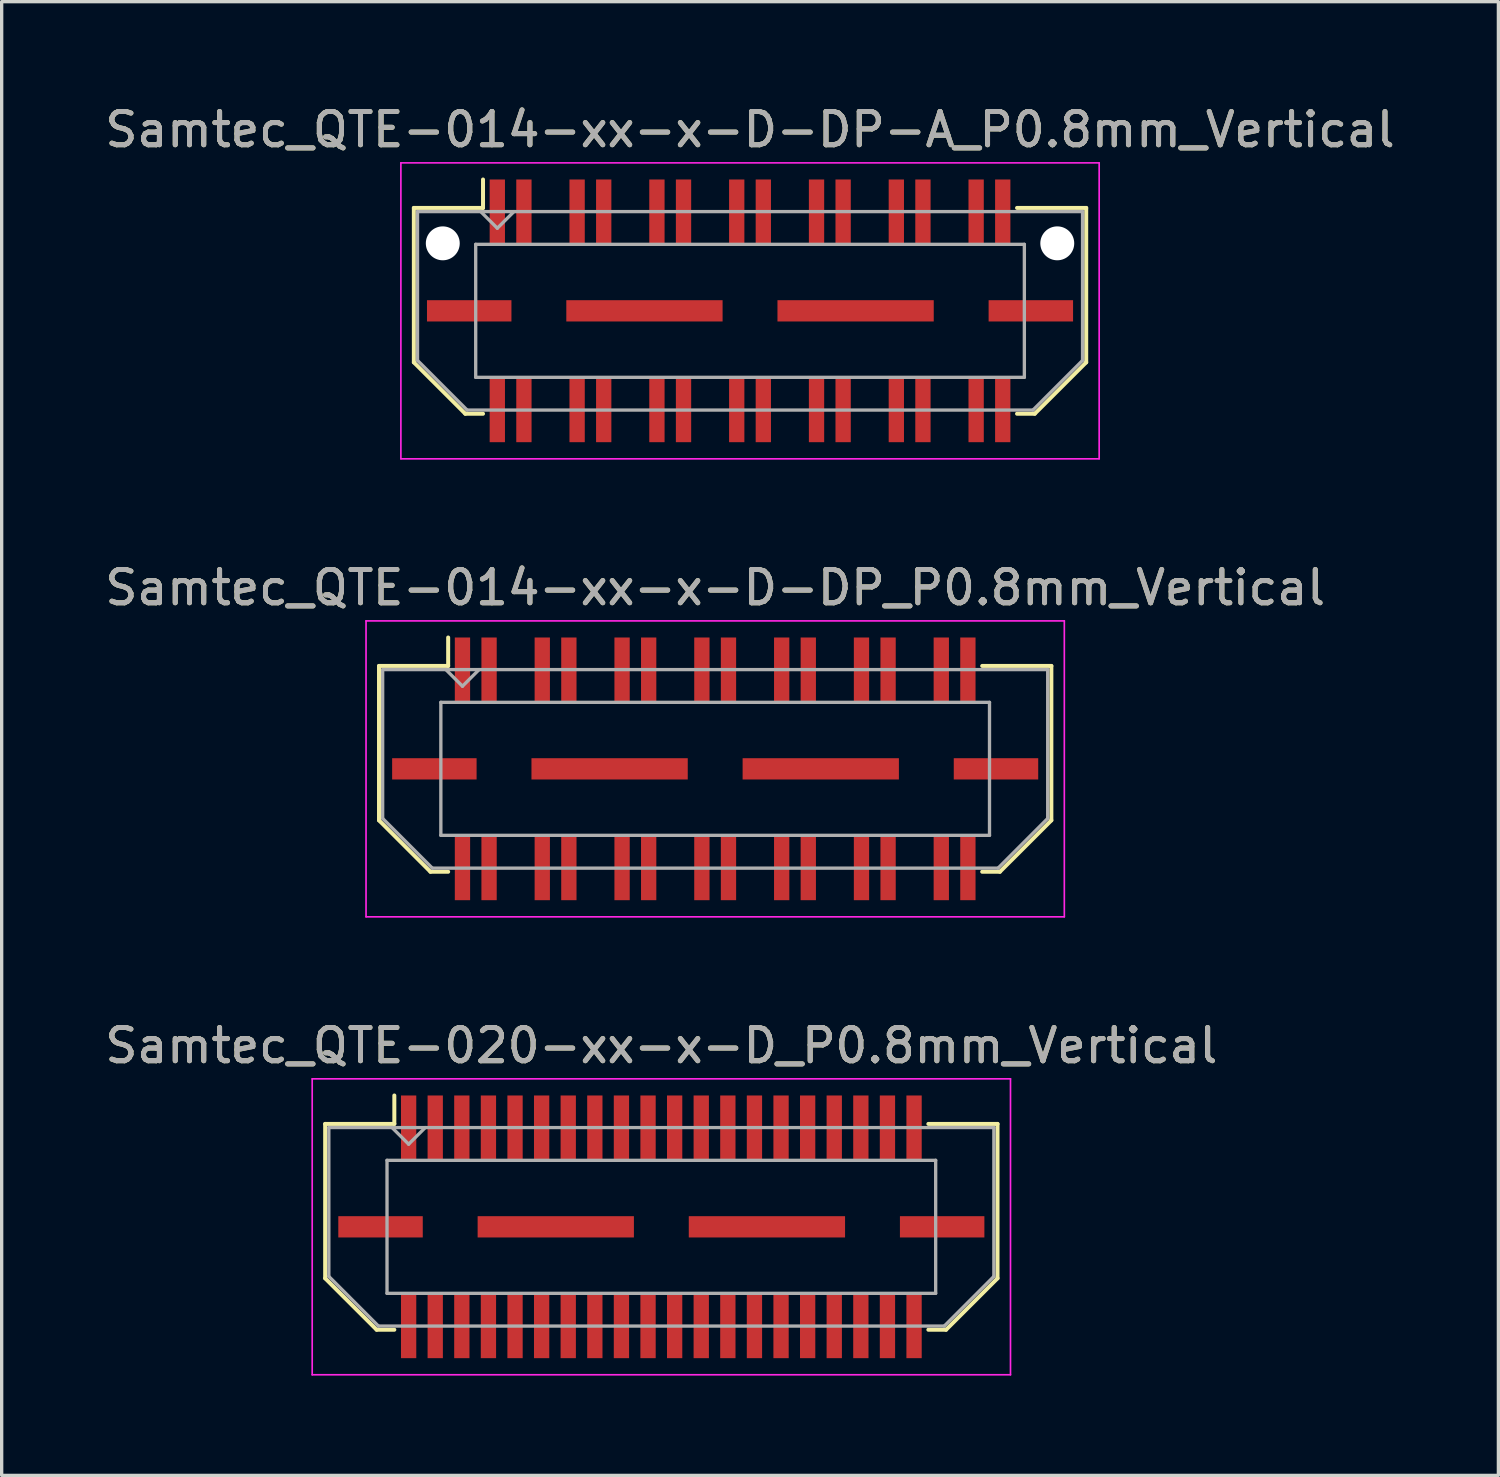
<source format=kicad_pcb>
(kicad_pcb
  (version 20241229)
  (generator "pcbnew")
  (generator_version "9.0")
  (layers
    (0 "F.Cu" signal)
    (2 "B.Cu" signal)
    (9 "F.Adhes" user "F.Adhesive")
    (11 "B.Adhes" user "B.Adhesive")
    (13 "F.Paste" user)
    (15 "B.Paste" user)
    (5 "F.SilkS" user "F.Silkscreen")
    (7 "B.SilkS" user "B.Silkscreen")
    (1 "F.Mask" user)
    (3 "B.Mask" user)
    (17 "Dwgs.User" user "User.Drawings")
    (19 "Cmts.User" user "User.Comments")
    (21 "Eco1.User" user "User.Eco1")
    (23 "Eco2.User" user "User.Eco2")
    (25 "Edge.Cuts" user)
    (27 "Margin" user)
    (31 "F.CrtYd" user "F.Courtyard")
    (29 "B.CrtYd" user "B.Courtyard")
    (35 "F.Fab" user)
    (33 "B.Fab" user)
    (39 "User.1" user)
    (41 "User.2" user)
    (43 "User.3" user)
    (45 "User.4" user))
  (footprint "Samtec_QTE-014-xx-x-D-DP-A_P0.8mm_Vertical"
    (layer "F.Cu")
    (at 19.506 6.298)
    (property "Reference" "Samtec_QTE-014-xx-x-D-DP-A_P0.8mm_Vertical" (at 0 -5.45 0) (layer "F.SilkS") (effects (font (size 1 1) (thickness 0.15))))
    (attr smd)
    (fp_line (start -10.11 -3.095) (end -10.11 1.548) (stroke (width 0.12) (type solid)) (layer "F.SilkS"))
    (fp_line (start -10.11 1.548) (end -8.562 3.095) (stroke (width 0.12) (type solid)) (layer "F.SilkS"))
    (fp_line (start -8.562 3.095) (end -8.03 3.095) (stroke (width 0.12) (type solid)) (layer "F.SilkS"))
    (fp_line (start -8.03 -3.95) (end -8.03 -3.095) (stroke (width 0.12) (type solid)) (layer "F.SilkS"))
    (fp_line (start -8.03 -3.095) (end -10.11 -3.095) (stroke (width 0.12) (type solid)) (layer "F.SilkS"))
    (fp_line (start 8.03 -3.095) (end 10.11 -3.095) (stroke (width 0.12) (type solid)) (layer "F.SilkS"))
    (fp_line (start 8.562 3.095) (end 8.03 3.095) (stroke (width 0.12) (type solid)) (layer "F.SilkS"))
    (fp_line (start 10.11 -3.095) (end 10.11 1.548) (stroke (width 0.12) (type solid)) (layer "F.SilkS"))
    (fp_line (start 10.11 1.548) (end 8.562 3.095) (stroke (width 0.12) (type solid)) (layer "F.SilkS"))
    (fp_line (start -10.5 -4.45) (end -10.5 4.45) (stroke (width 0.05) (type solid)) (layer "F.CrtYd"))
    (fp_line (start -10.5 4.45) (end 10.5 4.45) (stroke (width 0.05) (type solid)) (layer "F.CrtYd"))
    (fp_line (start 10.5 -4.45) (end -10.5 -4.45) (stroke (width 0.05) (type solid)) (layer "F.CrtYd"))
    (fp_line (start 10.5 4.45) (end 10.5 -4.45) (stroke (width 0.05) (type solid)) (layer "F.CrtYd"))
    (fp_line (start -10 -2.985) (end -10 1.492) (stroke (width 0.1) (type solid)) (layer "F.Fab"))
    (fp_line (start -10 -2.985) (end 10 -2.985) (stroke (width 0.1) (type solid)) (layer "F.Fab"))
    (fp_line (start -10 1.492) (end -8.508 2.985) (stroke (width 0.1) (type solid)) (layer "F.Fab"))
    (fp_line (start -8.508 2.985) (end 8.508 2.985) (stroke (width 0.1) (type solid)) (layer "F.Fab"))
    (fp_line (start -8.25 -2) (end -8.25 2) (stroke (width 0.1) (type solid)) (layer "F.Fab"))
    (fp_line (start -8.25 2) (end 8.25 2) (stroke (width 0.1) (type solid)) (layer "F.Fab"))
    (fp_line (start -7.6 -2.485) (end -8.1 -2.985) (stroke (width 0.1) (type solid)) (layer "F.Fab"))
    (fp_line (start -7.1 -2.985) (end -7.6 -2.485) (stroke (width 0.1) (type solid)) (layer "F.Fab"))
    (fp_line (start 8.25 -2) (end -8.25 -2) (stroke (width 0.1) (type solid)) (layer "F.Fab"))
    (fp_line (start 8.25 2) (end 8.25 -2) (stroke (width 0.1) (type solid)) (layer "F.Fab"))
    (fp_line (start 10 -2.985) (end 10 1.492) (stroke (width 0.1) (type solid)) (layer "F.Fab"))
    (fp_line (start 10 1.492) (end 8.508 2.985) (stroke (width 0.1) (type solid)) (layer "F.Fab"))
    (fp_text user "${REFERENCE}" (at 0 -5.45 0) (layer "F.Fab") (effects (font (size 1 1) (thickness 0.15))))
    (pad "" np_thru_hole circle (at -9.24 -2.03) (size 1.02 1.02) (drill 1.02) (layers "*.Cu" "*.Mask"))
    (pad "" np_thru_hole circle (at 9.24 -2.03) (size 1.02 1.02) (drill 1.02) (layers "*.Cu" "*.Mask"))
    (pad "1" smd rect (at -7.6 -2.98) (size 0.46 1.94) (layers "F.Cu" "F.Mask" "F.Paste"))
    (pad "2" smd rect (at -7.6 2.98) (size 0.46 1.94) (layers "F.Cu" "F.Mask" "F.Paste"))
    (pad "3" smd rect (at -6.8 -2.98) (size 0.46 1.94) (layers "F.Cu" "F.Mask" "F.Paste"))
    (pad "4" smd rect (at -6.8 2.98) (size 0.46 1.94) (layers "F.Cu" "F.Mask" "F.Paste"))
    (pad "5" smd rect (at -5.2 -2.98) (size 0.46 1.94) (layers "F.Cu" "F.Mask" "F.Paste"))
    (pad "6" smd rect (at -5.2 2.98) (size 0.46 1.94) (layers "F.Cu" "F.Mask" "F.Paste"))
    (pad "7" smd rect (at -4.4 -2.98) (size 0.46 1.94) (layers "F.Cu" "F.Mask" "F.Paste"))
    (pad "8" smd rect (at -4.4 2.98) (size 0.46 1.94) (layers "F.Cu" "F.Mask" "F.Paste"))
    (pad "9" smd rect (at -2.8 -2.98) (size 0.46 1.94) (layers "F.Cu" "F.Mask" "F.Paste"))
    (pad "10" smd rect (at -2.8 2.98) (size 0.46 1.94) (layers "F.Cu" "F.Mask" "F.Paste"))
    (pad "11" smd rect (at -2 -2.98) (size 0.46 1.94) (layers "F.Cu" "F.Mask" "F.Paste"))
    (pad "12" smd rect (at -2 2.98) (size 0.46 1.94) (layers "F.Cu" "F.Mask" "F.Paste"))
    (pad "13" smd rect (at -0.4 -2.98) (size 0.46 1.94) (layers "F.Cu" "F.Mask" "F.Paste"))
    (pad "14" smd rect (at -0.4 2.98) (size 0.46 1.94) (layers "F.Cu" "F.Mask" "F.Paste"))
    (pad "15" smd rect (at 0.4 -2.98) (size 0.46 1.94) (layers "F.Cu" "F.Mask" "F.Paste"))
    (pad "16" smd rect (at 0.4 2.98) (size 0.46 1.94) (layers "F.Cu" "F.Mask" "F.Paste"))
    (pad "17" smd rect (at 2 -2.98) (size 0.46 1.94) (layers "F.Cu" "F.Mask" "F.Paste"))
    (pad "18" smd rect (at 2 2.98) (size 0.46 1.94) (layers "F.Cu" "F.Mask" "F.Paste"))
    (pad "19" smd rect (at 2.8 -2.98) (size 0.46 1.94) (layers "F.Cu" "F.Mask" "F.Paste"))
    (pad "20" smd rect (at 2.8 2.98) (size 0.46 1.94) (layers "F.Cu" "F.Mask" "F.Paste"))
    (pad "21" smd rect (at 4.4 -2.98) (size 0.46 1.94) (layers "F.Cu" "F.Mask" "F.Paste"))
    (pad "22" smd rect (at 4.4 2.98) (size 0.46 1.94) (layers "F.Cu" "F.Mask" "F.Paste"))
    (pad "23" smd rect (at 5.2 -2.98) (size 0.46 1.94) (layers "F.Cu" "F.Mask" "F.Paste"))
    (pad "24" smd rect (at 5.2 2.98) (size 0.46 1.94) (layers "F.Cu" "F.Mask" "F.Paste"))
    (pad "25" smd rect (at 6.8 -2.98) (size 0.46 1.94) (layers "F.Cu" "F.Mask" "F.Paste"))
    (pad "26" smd rect (at 6.8 2.98) (size 0.46 1.94) (layers "F.Cu" "F.Mask" "F.Paste"))
    (pad "27" smd rect (at 7.6 -2.98) (size 0.46 1.94) (layers "F.Cu" "F.Mask" "F.Paste"))
    (pad "28" smd rect (at 7.6 2.98) (size 0.46 1.94) (layers "F.Cu" "F.Mask" "F.Paste"))
    (pad "P1" smd rect (at -8.445 0) (size 2.54 0.64) (layers "F.Cu" "F.Mask" "F.Paste"))
    (pad "P1" smd rect (at -3.175 0) (size 4.7 0.64) (layers "F.Cu" "F.Mask" "F.Paste"))
    (pad "P1" smd rect (at 3.175 0) (size 4.7 0.64) (layers "F.Cu" "F.Mask" "F.Paste"))
    (pad "P1" smd rect (at 8.445 0) (size 2.54 0.64) (layers "F.Cu" "F.Mask" "F.Paste")))
  (footprint "Samtec_QTE-020-xx-x-D_P0.8mm_Vertical"
    (layer "F.Cu")
    (at 16.839 33.845)
    (property "Reference" "Samtec_QTE-020-xx-x-D_P0.8mm_Vertical" (at 0 -5.45 0) (layer "F.SilkS") (effects (font (size 1 1) (thickness 0.15))))
    (attr smd)
    (fp_line (start -10.11 -3.095) (end -10.11 1.548) (stroke (width 0.12) (type solid)) (layer "F.SilkS"))
    (fp_line (start -10.11 1.548) (end -8.562 3.095) (stroke (width 0.12) (type solid)) (layer "F.SilkS"))
    (fp_line (start -8.562 3.095) (end -8.03 3.095) (stroke (width 0.12) (type solid)) (layer "F.SilkS"))
    (fp_line (start -8.03 -3.95) (end -8.03 -3.095) (stroke (width 0.12) (type solid)) (layer "F.SilkS"))
    (fp_line (start -8.03 -3.095) (end -10.11 -3.095) (stroke (width 0.12) (type solid)) (layer "F.SilkS"))
    (fp_line (start 8.03 -3.095) (end 10.11 -3.095) (stroke (width 0.12) (type solid)) (layer "F.SilkS"))
    (fp_line (start 8.562 3.095) (end 8.03 3.095) (stroke (width 0.12) (type solid)) (layer "F.SilkS"))
    (fp_line (start 10.11 -3.095) (end 10.11 1.548) (stroke (width 0.12) (type solid)) (layer "F.SilkS"))
    (fp_line (start 10.11 1.548) (end 8.562 3.095) (stroke (width 0.12) (type solid)) (layer "F.SilkS"))
    (fp_line (start -10.5 -4.45) (end -10.5 4.45) (stroke (width 0.05) (type solid)) (layer "F.CrtYd"))
    (fp_line (start -10.5 4.45) (end 10.5 4.45) (stroke (width 0.05) (type solid)) (layer "F.CrtYd"))
    (fp_line (start 10.5 -4.45) (end -10.5 -4.45) (stroke (width 0.05) (type solid)) (layer "F.CrtYd"))
    (fp_line (start 10.5 4.45) (end 10.5 -4.45) (stroke (width 0.05) (type solid)) (layer "F.CrtYd"))
    (fp_line (start -10 -2.985) (end -10 1.492) (stroke (width 0.1) (type solid)) (layer "F.Fab"))
    (fp_line (start -10 -2.985) (end 10 -2.985) (stroke (width 0.1) (type solid)) (layer "F.Fab"))
    (fp_line (start -10 1.492) (end -8.508 2.985) (stroke (width 0.1) (type solid)) (layer "F.Fab"))
    (fp_line (start -8.508 2.985) (end 8.508 2.985) (stroke (width 0.1) (type solid)) (layer "F.Fab"))
    (fp_line (start -8.25 -2) (end -8.25 2) (stroke (width 0.1) (type solid)) (layer "F.Fab"))
    (fp_line (start -8.25 2) (end 8.25 2) (stroke (width 0.1) (type solid)) (layer "F.Fab"))
    (fp_line (start -7.6 -2.485) (end -8.1 -2.985) (stroke (width 0.1) (type solid)) (layer "F.Fab"))
    (fp_line (start -7.1 -2.985) (end -7.6 -2.485) (stroke (width 0.1) (type solid)) (layer "F.Fab"))
    (fp_line (start 8.25 -2) (end -8.25 -2) (stroke (width 0.1) (type solid)) (layer "F.Fab"))
    (fp_line (start 8.25 2) (end 8.25 -2) (stroke (width 0.1) (type solid)) (layer "F.Fab"))
    (fp_line (start 10 -2.985) (end 10 1.492) (stroke (width 0.1) (type solid)) (layer "F.Fab"))
    (fp_line (start 10 1.492) (end 8.508 2.985) (stroke (width 0.1) (type solid)) (layer "F.Fab"))
    (fp_text user "${REFERENCE}" (at 0 -5.45 0) (layer "F.Fab") (effects (font (size 1 1) (thickness 0.15))))
    (pad "1" smd rect (at -7.6 -2.98) (size 0.46 1.94) (layers "F.Cu" "F.Mask" "F.Paste"))
    (pad "2" smd rect (at -7.6 2.98) (size 0.46 1.94) (layers "F.Cu" "F.Mask" "F.Paste"))
    (pad "3" smd rect (at -6.8 -2.98) (size 0.46 1.94) (layers "F.Cu" "F.Mask" "F.Paste"))
    (pad "4" smd rect (at -6.8 2.98) (size 0.46 1.94) (layers "F.Cu" "F.Mask" "F.Paste"))
    (pad "5" smd rect (at -6 -2.98) (size 0.46 1.94) (layers "F.Cu" "F.Mask" "F.Paste"))
    (pad "6" smd rect (at -6 2.98) (size 0.46 1.94) (layers "F.Cu" "F.Mask" "F.Paste"))
    (pad "7" smd rect (at -5.2 -2.98) (size 0.46 1.94) (layers "F.Cu" "F.Mask" "F.Paste"))
    (pad "8" smd rect (at -5.2 2.98) (size 0.46 1.94) (layers "F.Cu" "F.Mask" "F.Paste"))
    (pad "9" smd rect (at -4.4 -2.98) (size 0.46 1.94) (layers "F.Cu" "F.Mask" "F.Paste"))
    (pad "10" smd rect (at -4.4 2.98) (size 0.46 1.94) (layers "F.Cu" "F.Mask" "F.Paste"))
    (pad "11" smd rect (at -3.6 -2.98) (size 0.46 1.94) (layers "F.Cu" "F.Mask" "F.Paste"))
    (pad "12" smd rect (at -3.6 2.98) (size 0.46 1.94) (layers "F.Cu" "F.Mask" "F.Paste"))
    (pad "13" smd rect (at -2.8 -2.98) (size 0.46 1.94) (layers "F.Cu" "F.Mask" "F.Paste"))
    (pad "14" smd rect (at -2.8 2.98) (size 0.46 1.94) (layers "F.Cu" "F.Mask" "F.Paste"))
    (pad "15" smd rect (at -2 -2.98) (size 0.46 1.94) (layers "F.Cu" "F.Mask" "F.Paste"))
    (pad "16" smd rect (at -2 2.98) (size 0.46 1.94) (layers "F.Cu" "F.Mask" "F.Paste"))
    (pad "17" smd rect (at -1.2 -2.98) (size 0.46 1.94) (layers "F.Cu" "F.Mask" "F.Paste"))
    (pad "18" smd rect (at -1.2 2.98) (size 0.46 1.94) (layers "F.Cu" "F.Mask" "F.Paste"))
    (pad "19" smd rect (at -0.4 -2.98) (size 0.46 1.94) (layers "F.Cu" "F.Mask" "F.Paste"))
    (pad "20" smd rect (at -0.4 2.98) (size 0.46 1.94) (layers "F.Cu" "F.Mask" "F.Paste"))
    (pad "21" smd rect (at 0.4 -2.98) (size 0.46 1.94) (layers "F.Cu" "F.Mask" "F.Paste"))
    (pad "22" smd rect (at 0.4 2.98) (size 0.46 1.94) (layers "F.Cu" "F.Mask" "F.Paste"))
    (pad "23" smd rect (at 1.2 -2.98) (size 0.46 1.94) (layers "F.Cu" "F.Mask" "F.Paste"))
    (pad "24" smd rect (at 1.2 2.98) (size 0.46 1.94) (layers "F.Cu" "F.Mask" "F.Paste"))
    (pad "25" smd rect (at 2 -2.98) (size 0.46 1.94) (layers "F.Cu" "F.Mask" "F.Paste"))
    (pad "26" smd rect (at 2 2.98) (size 0.46 1.94) (layers "F.Cu" "F.Mask" "F.Paste"))
    (pad "27" smd rect (at 2.8 -2.98) (size 0.46 1.94) (layers "F.Cu" "F.Mask" "F.Paste"))
    (pad "28" smd rect (at 2.8 2.98) (size 0.46 1.94) (layers "F.Cu" "F.Mask" "F.Paste"))
    (pad "29" smd rect (at 3.6 -2.98) (size 0.46 1.94) (layers "F.Cu" "F.Mask" "F.Paste"))
    (pad "30" smd rect (at 3.6 2.98) (size 0.46 1.94) (layers "F.Cu" "F.Mask" "F.Paste"))
    (pad "31" smd rect (at 4.4 -2.98) (size 0.46 1.94) (layers "F.Cu" "F.Mask" "F.Paste"))
    (pad "32" smd rect (at 4.4 2.98) (size 0.46 1.94) (layers "F.Cu" "F.Mask" "F.Paste"))
    (pad "33" smd rect (at 5.2 -2.98) (size 0.46 1.94) (layers "F.Cu" "F.Mask" "F.Paste"))
    (pad "34" smd rect (at 5.2 2.98) (size 0.46 1.94) (layers "F.Cu" "F.Mask" "F.Paste"))
    (pad "35" smd rect (at 6 -2.98) (size 0.46 1.94) (layers "F.Cu" "F.Mask" "F.Paste"))
    (pad "36" smd rect (at 6 2.98) (size 0.46 1.94) (layers "F.Cu" "F.Mask" "F.Paste"))
    (pad "37" smd rect (at 6.8 -2.98) (size 0.46 1.94) (layers "F.Cu" "F.Mask" "F.Paste"))
    (pad "38" smd rect (at 6.8 2.98) (size 0.46 1.94) (layers "F.Cu" "F.Mask" "F.Paste"))
    (pad "39" smd rect (at 7.6 -2.98) (size 0.46 1.94) (layers "F.Cu" "F.Mask" "F.Paste"))
    (pad "40" smd rect (at 7.6 2.98) (size 0.46 1.94) (layers "F.Cu" "F.Mask" "F.Paste"))
    (pad "P1" smd rect (at -8.445 0) (size 2.54 0.64) (layers "F.Cu" "F.Mask" "F.Paste"))
    (pad "P1" smd rect (at -3.175 0) (size 4.7 0.64) (layers "F.Cu" "F.Mask" "F.Paste"))
    (pad "P1" smd rect (at 3.175 0) (size 4.7 0.64) (layers "F.Cu" "F.Mask" "F.Paste"))
    (pad "P1" smd rect (at 8.445 0) (size 2.54 0.64) (layers "F.Cu" "F.Mask" "F.Paste")))
  (footprint "Samtec_QTE-014-xx-x-D-DP_P0.8mm_Vertical"
    (layer "F.Cu")
    (at 18.458 20.072)
    (property "Reference" "Samtec_QTE-014-xx-x-D-DP_P0.8mm_Vertical" (at 0 -5.45 0) (layer "F.SilkS") (effects (font (size 1 1) (thickness 0.15))))
    (attr smd)
    (fp_line (start -10.11 -3.095) (end -10.11 1.548) (stroke (width 0.12) (type solid)) (layer "F.SilkS"))
    (fp_line (start -10.11 1.548) (end -8.562 3.095) (stroke (width 0.12) (type solid)) (layer "F.SilkS"))
    (fp_line (start -8.562 3.095) (end -8.03 3.095) (stroke (width 0.12) (type solid)) (layer "F.SilkS"))
    (fp_line (start -8.03 -3.95) (end -8.03 -3.095) (stroke (width 0.12) (type solid)) (layer "F.SilkS"))
    (fp_line (start -8.03 -3.095) (end -10.11 -3.095) (stroke (width 0.12) (type solid)) (layer "F.SilkS"))
    (fp_line (start 8.03 -3.095) (end 10.11 -3.095) (stroke (width 0.12) (type solid)) (layer "F.SilkS"))
    (fp_line (start 8.562 3.095) (end 8.03 3.095) (stroke (width 0.12) (type solid)) (layer "F.SilkS"))
    (fp_line (start 10.11 -3.095) (end 10.11 1.548) (stroke (width 0.12) (type solid)) (layer "F.SilkS"))
    (fp_line (start 10.11 1.548) (end 8.562 3.095) (stroke (width 0.12) (type solid)) (layer "F.SilkS"))
    (fp_line (start -10.5 -4.45) (end -10.5 4.45) (stroke (width 0.05) (type solid)) (layer "F.CrtYd"))
    (fp_line (start -10.5 4.45) (end 10.5 4.45) (stroke (width 0.05) (type solid)) (layer "F.CrtYd"))
    (fp_line (start 10.5 -4.45) (end -10.5 -4.45) (stroke (width 0.05) (type solid)) (layer "F.CrtYd"))
    (fp_line (start 10.5 4.45) (end 10.5 -4.45) (stroke (width 0.05) (type solid)) (layer "F.CrtYd"))
    (fp_line (start -10 -2.985) (end -10 1.492) (stroke (width 0.1) (type solid)) (layer "F.Fab"))
    (fp_line (start -10 -2.985) (end 10 -2.985) (stroke (width 0.1) (type solid)) (layer "F.Fab"))
    (fp_line (start -10 1.492) (end -8.508 2.985) (stroke (width 0.1) (type solid)) (layer "F.Fab"))
    (fp_line (start -8.508 2.985) (end 8.508 2.985) (stroke (width 0.1) (type solid)) (layer "F.Fab"))
    (fp_line (start -8.25 -2) (end -8.25 2) (stroke (width 0.1) (type solid)) (layer "F.Fab"))
    (fp_line (start -8.25 2) (end 8.25 2) (stroke (width 0.1) (type solid)) (layer "F.Fab"))
    (fp_line (start -7.6 -2.485) (end -8.1 -2.985) (stroke (width 0.1) (type solid)) (layer "F.Fab"))
    (fp_line (start -7.1 -2.985) (end -7.6 -2.485) (stroke (width 0.1) (type solid)) (layer "F.Fab"))
    (fp_line (start 8.25 -2) (end -8.25 -2) (stroke (width 0.1) (type solid)) (layer "F.Fab"))
    (fp_line (start 8.25 2) (end 8.25 -2) (stroke (width 0.1) (type solid)) (layer "F.Fab"))
    (fp_line (start 10 -2.985) (end 10 1.492) (stroke (width 0.1) (type solid)) (layer "F.Fab"))
    (fp_line (start 10 1.492) (end 8.508 2.985) (stroke (width 0.1) (type solid)) (layer "F.Fab"))
    (fp_text user "${REFERENCE}" (at 0 -5.45 0) (layer "F.Fab") (effects (font (size 1 1) (thickness 0.15))))
    (pad "1" smd rect (at -7.6 -2.98) (size 0.46 1.94) (layers "F.Cu" "F.Mask" "F.Paste"))
    (pad "2" smd rect (at -7.6 2.98) (size 0.46 1.94) (layers "F.Cu" "F.Mask" "F.Paste"))
    (pad "3" smd rect (at -6.8 -2.98) (size 0.46 1.94) (layers "F.Cu" "F.Mask" "F.Paste"))
    (pad "4" smd rect (at -6.8 2.98) (size 0.46 1.94) (layers "F.Cu" "F.Mask" "F.Paste"))
    (pad "5" smd rect (at -5.2 -2.98) (size 0.46 1.94) (layers "F.Cu" "F.Mask" "F.Paste"))
    (pad "6" smd rect (at -5.2 2.98) (size 0.46 1.94) (layers "F.Cu" "F.Mask" "F.Paste"))
    (pad "7" smd rect (at -4.4 -2.98) (size 0.46 1.94) (layers "F.Cu" "F.Mask" "F.Paste"))
    (pad "8" smd rect (at -4.4 2.98) (size 0.46 1.94) (layers "F.Cu" "F.Mask" "F.Paste"))
    (pad "9" smd rect (at -2.8 -2.98) (size 0.46 1.94) (layers "F.Cu" "F.Mask" "F.Paste"))
    (pad "10" smd rect (at -2.8 2.98) (size 0.46 1.94) (layers "F.Cu" "F.Mask" "F.Paste"))
    (pad "11" smd rect (at -2 -2.98) (size 0.46 1.94) (layers "F.Cu" "F.Mask" "F.Paste"))
    (pad "12" smd rect (at -2 2.98) (size 0.46 1.94) (layers "F.Cu" "F.Mask" "F.Paste"))
    (pad "13" smd rect (at -0.4 -2.98) (size 0.46 1.94) (layers "F.Cu" "F.Mask" "F.Paste"))
    (pad "14" smd rect (at -0.4 2.98) (size 0.46 1.94) (layers "F.Cu" "F.Mask" "F.Paste"))
    (pad "15" smd rect (at 0.4 -2.98) (size 0.46 1.94) (layers "F.Cu" "F.Mask" "F.Paste"))
    (pad "16" smd rect (at 0.4 2.98) (size 0.46 1.94) (layers "F.Cu" "F.Mask" "F.Paste"))
    (pad "17" smd rect (at 2 -2.98) (size 0.46 1.94) (layers "F.Cu" "F.Mask" "F.Paste"))
    (pad "18" smd rect (at 2 2.98) (size 0.46 1.94) (layers "F.Cu" "F.Mask" "F.Paste"))
    (pad "19" smd rect (at 2.8 -2.98) (size 0.46 1.94) (layers "F.Cu" "F.Mask" "F.Paste"))
    (pad "20" smd rect (at 2.8 2.98) (size 0.46 1.94) (layers "F.Cu" "F.Mask" "F.Paste"))
    (pad "21" smd rect (at 4.4 -2.98) (size 0.46 1.94) (layers "F.Cu" "F.Mask" "F.Paste"))
    (pad "22" smd rect (at 4.4 2.98) (size 0.46 1.94) (layers "F.Cu" "F.Mask" "F.Paste"))
    (pad "23" smd rect (at 5.2 -2.98) (size 0.46 1.94) (layers "F.Cu" "F.Mask" "F.Paste"))
    (pad "24" smd rect (at 5.2 2.98) (size 0.46 1.94) (layers "F.Cu" "F.Mask" "F.Paste"))
    (pad "25" smd rect (at 6.8 -2.98) (size 0.46 1.94) (layers "F.Cu" "F.Mask" "F.Paste"))
    (pad "26" smd rect (at 6.8 2.98) (size 0.46 1.94) (layers "F.Cu" "F.Mask" "F.Paste"))
    (pad "27" smd rect (at 7.6 -2.98) (size 0.46 1.94) (layers "F.Cu" "F.Mask" "F.Paste"))
    (pad "28" smd rect (at 7.6 2.98) (size 0.46 1.94) (layers "F.Cu" "F.Mask" "F.Paste"))
    (pad "P1" smd rect (at -8.445 0) (size 2.54 0.64) (layers "F.Cu" "F.Mask" "F.Paste"))
    (pad "P1" smd rect (at -3.175 0) (size 4.7 0.64) (layers "F.Cu" "F.Mask" "F.Paste"))
    (pad "P1" smd rect (at 3.175 0) (size 4.7 0.64) (layers "F.Cu" "F.Mask" "F.Paste"))
    (pad "P1" smd rect (at 8.445 0) (size 2.54 0.64) (layers "F.Cu" "F.Mask" "F.Paste")))
  (gr_rect
    (start -3 -3)
    (end 42.012 41.32)
    (stroke (width 0.1) (type default))
    (fill no)
    (layer "Edge.Cuts")))
</source>
